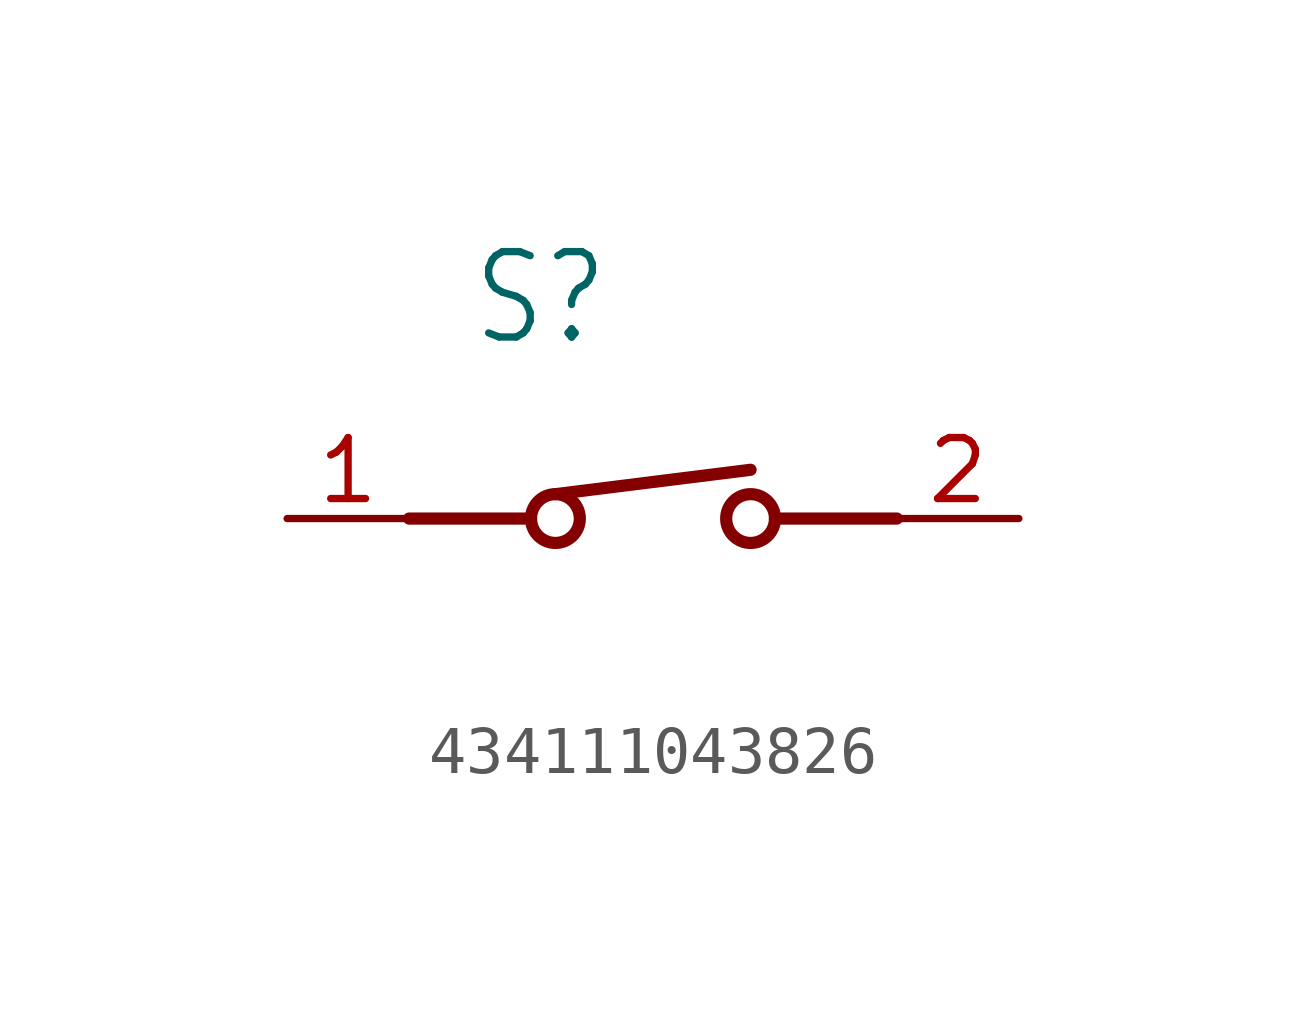
<source format=kicad_sym>
(kicad_symbol_lib
  (version 20220914)
  (generator kicad_symbol_editor)
  (symbol "434111043826"
    (property "Reference" "S"
      (at -3.81 3.556 0)
      (effects (font (size 1.778 1.511)) (justify left bottom)))
    (property "Value" ""
      (at -5.08 -3.048 0)
      (effects (font (size 1.778 1.511)) (justify left bottom)))
    (property "ki_locked" ""
      (at 0 0 0)
      (effects (font (size 1.27 1.27))))
    (symbol "434111043826_1_0"
      (circle (center -2.032 0) (radius 0.508) (stroke (width 0.254) (type solid)) (fill (type none)))
      (polyline (pts (xy -5.08 0) (xy -2.54 0)) (stroke (width 0.254) (type solid)) (fill (type none)))
      (polyline (pts (xy -2.032 0.508) (xy 2.032 1.016)) (stroke (width 0.254) (type solid)) (fill (type none)))
      (polyline (pts (xy 5.08 0) (xy 2.54 0)) (stroke (width 0.254) (type solid)) (fill (type none)))
      (circle (center 2.032 0) (radius 0.508) (stroke (width 0.254) (type solid)) (fill (type none)))
      (pin passive line (at -7.62 0 0) (length 2.54) (name "1" (effects (font (size 0 0)))) (number "1" (effects (font (size 1.27 1.27)))))
      (pin passive line (at 7.62 0 180) (length 2.54) (name "2" (effects (font (size 0 0)))) (number "2" (effects (font (size 1.27 1.27))))))))
</source>
